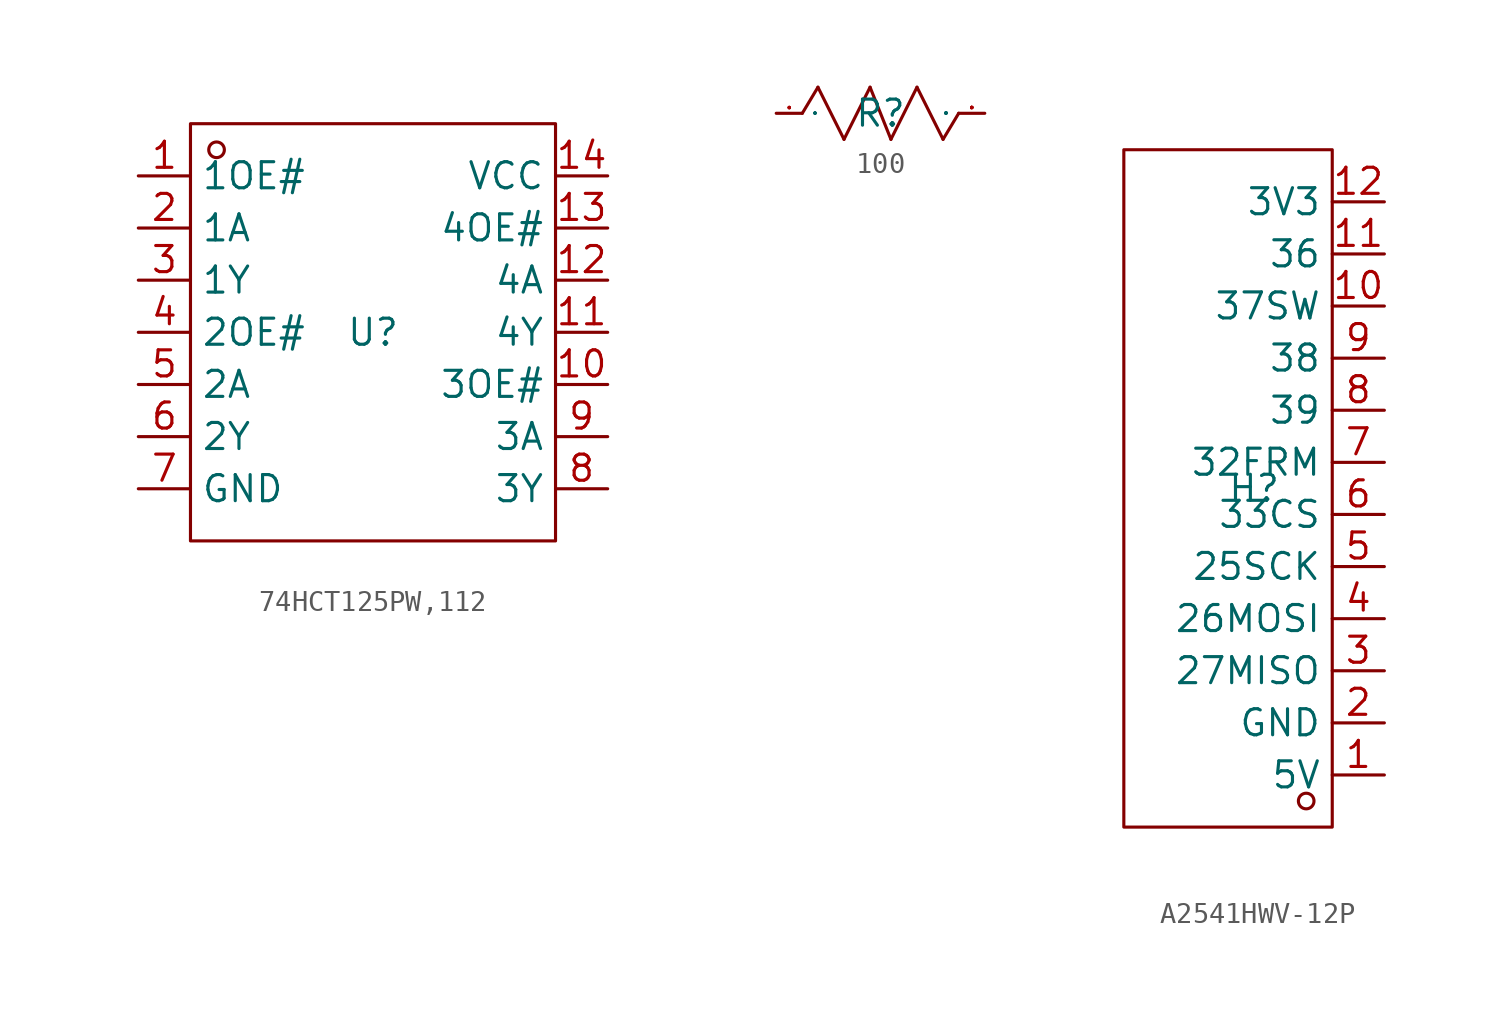
<source format=kicad_sym>
(kicad_symbol_lib
  (version 20231120)
  (generator "kicad_symbol_editor")
  (generator_version "8.0")
  (symbol "74HCT125PW,112"
    (property "Reference" "U"
      (at 0 0 0)
      (effects (font (size 1.27 1.27))))
    (property "Value" ""
      (at 0 0 0)
      (effects (font (size 1.27 1.27))))
    (symbol "74HCT125PW,112_1_0"
      (rectangle (start -8.89 -10.16) (end 8.89 10.16) (stroke (width 0) (type default)) (fill (type none)))
      (circle (center -7.62 8.89) (radius 0.381) (stroke (width 0) (type default)) (fill (type none)))
      (pin unspecified line (at -11.43 7.62 0) (length 2.54) (name "1OE#" (effects (font (size 1.27 1.27)))) (number "1" (effects (font (size 1.27 1.27)))))
      (pin unspecified line (at 11.43 -2.54 180) (length 2.54) (name "3OE#" (effects (font (size 1.27 1.27)))) (number "10" (effects (font (size 1.27 1.27)))))
      (pin unspecified line (at 11.43 0 180) (length 2.54) (name "4Y" (effects (font (size 1.27 1.27)))) (number "11" (effects (font (size 1.27 1.27)))))
      (pin unspecified line (at 11.43 2.54 180) (length 2.54) (name "4A" (effects (font (size 1.27 1.27)))) (number "12" (effects (font (size 1.27 1.27)))))
      (pin unspecified line (at 11.43 5.08 180) (length 2.54) (name "4OE#" (effects (font (size 1.27 1.27)))) (number "13" (effects (font (size 1.27 1.27)))))
      (pin unspecified line (at 11.43 7.62 180) (length 2.54) (name "VCC" (effects (font (size 1.27 1.27)))) (number "14" (effects (font (size 1.27 1.27)))))
      (pin unspecified line (at -11.43 5.08 0) (length 2.54) (name "1A" (effects (font (size 1.27 1.27)))) (number "2" (effects (font (size 1.27 1.27)))))
      (pin unspecified line (at -11.43 2.54 0) (length 2.54) (name "1Y" (effects (font (size 1.27 1.27)))) (number "3" (effects (font (size 1.27 1.27)))))
      (pin unspecified line (at -11.43 0 0) (length 2.54) (name "2OE#" (effects (font (size 1.27 1.27)))) (number "4" (effects (font (size 1.27 1.27)))))
      (pin unspecified line (at -11.43 -2.54 0) (length 2.54) (name "2A" (effects (font (size 1.27 1.27)))) (number "5" (effects (font (size 1.27 1.27)))))
      (pin unspecified line (at -11.43 -5.08 0) (length 2.54) (name "2Y" (effects (font (size 1.27 1.27)))) (number "6" (effects (font (size 1.27 1.27)))))
      (pin unspecified line (at -11.43 -7.62 0) (length 2.54) (name "GND" (effects (font (size 1.27 1.27)))) (number "7" (effects (font (size 1.27 1.27)))))
      (pin unspecified line (at 11.43 -7.62 180) (length 2.54) (name "3Y" (effects (font (size 1.27 1.27)))) (number "8" (effects (font (size 1.27 1.27)))))
      (pin unspecified line (at 11.43 -5.08 180) (length 2.54) (name "3A" (effects (font (size 1.27 1.27)))) (number "9" (effects (font (size 1.27 1.27)))))))
  (symbol "100"
    (property "Reference" "R"
      (at 0 0 0)
      (effects (font (size 1.27 1.27))))
    (property "Value" ""
      (at 0 0 0)
      (effects (font (size 1.27 1.27))))
    (symbol "100_1_0"
      (polyline (pts (xy -3.048 1.27) (xy -3.81 0)) (stroke (width 0) (type default)) (fill (type none)))
      (polyline (pts (xy -1.778 -1.27) (xy -3.048 1.27)) (stroke (width 0) (type default)) (fill (type none)))
      (polyline (pts (xy -0.508 1.27) (xy -1.778 -1.27)) (stroke (width 0) (type default)) (fill (type none)))
      (polyline (pts (xy 0.508 -1.27) (xy -0.508 1.27)) (stroke (width 0) (type default)) (fill (type none)))
      (polyline (pts (xy 1.778 1.27) (xy 0.508 -1.27)) (stroke (width 0) (type default)) (fill (type none)))
      (polyline (pts (xy 3.048 -1.27) (xy 1.778 1.27)) (stroke (width 0) (type default)) (fill (type none)))
      (polyline (pts (xy 3.81 0) (xy 3.048 -1.27)) (stroke (width 0) (type default)) (fill (type none)))
      (pin unspecified line (at -5.08 0 0) (length 1.27) (name "1" (effects (font (size 0.025 0.025)))) (number "1" (effects (font (size 0.025 0.025)))))
      (pin unspecified line (at 5.08 0 180) (length 1.27) (name "2" (effects (font (size 0.025 0.025)))) (number "2" (effects (font (size 0.025 0.025)))))))
  (symbol "A2541HWV-12P"
    (property "Reference" "H"
      (at 0 0 0)
      (effects (font (size 1.27 1.27))))
    (property "Value" ""
      (at 0 0 0)
      (effects (font (size 1.27 1.27))))
    (symbol "A2541HWV-12P_1_0"
      (rectangle (start -6.35 -16.51) (end 3.81 16.51) (stroke (width 0) (type default)) (fill (type none)))
      (circle (center 2.54 -15.24) (radius 0.381) (stroke (width 0) (type default)) (fill (type none)))
      (pin unspecified line (at 6.35 -13.97 180) (length 2.54) (name "5V" (effects (font (size 1.27 1.27)))) (number "1" (effects (font (size 1.27 1.27)))))
      (pin unspecified line (at 6.35 8.89 180) (length 2.54) (name "37SW" (effects (font (size 1.27 1.27)))) (number "10" (effects (font (size 1.27 1.27)))))
      (pin unspecified line (at 6.35 11.43 180) (length 2.54) (name "36" (effects (font (size 1.27 1.27)))) (number "11" (effects (font (size 1.27 1.27)))))
      (pin unspecified line (at 6.35 13.97 180) (length 2.54) (name "3V3" (effects (font (size 1.27 1.27)))) (number "12" (effects (font (size 1.27 1.27)))))
      (pin unspecified line (at 6.35 -11.43 180) (length 2.54) (name "GND" (effects (font (size 1.27 1.27)))) (number "2" (effects (font (size 1.27 1.27)))))
      (pin unspecified line (at 6.35 -8.89 180) (length 2.54) (name "27MISO" (effects (font (size 1.27 1.27)))) (number "3" (effects (font (size 1.27 1.27)))))
      (pin unspecified line (at 6.35 -6.35 180) (length 2.54) (name "26MOSI" (effects (font (size 1.27 1.27)))) (number "4" (effects (font (size 1.27 1.27)))))
      (pin unspecified line (at 6.35 -3.81 180) (length 2.54) (name "25SCK" (effects (font (size 1.27 1.27)))) (number "5" (effects (font (size 1.27 1.27)))))
      (pin unspecified line (at 6.35 -1.27 180) (length 2.54) (name "33CS" (effects (font (size 1.27 1.27)))) (number "6" (effects (font (size 1.27 1.27)))))
      (pin unspecified line (at 6.35 1.27 180) (length 2.54) (name "32FRM" (effects (font (size 1.27 1.27)))) (number "7" (effects (font (size 1.27 1.27)))))
      (pin unspecified line (at 6.35 3.81 180) (length 2.54) (name "39" (effects (font (size 1.27 1.27)))) (number "8" (effects (font (size 1.27 1.27)))))
      (pin unspecified line (at 6.35 6.35 180) (length 2.54) (name "38" (effects (font (size 1.27 1.27)))) (number "9" (effects (font (size 1.27 1.27))))))))
</source>
